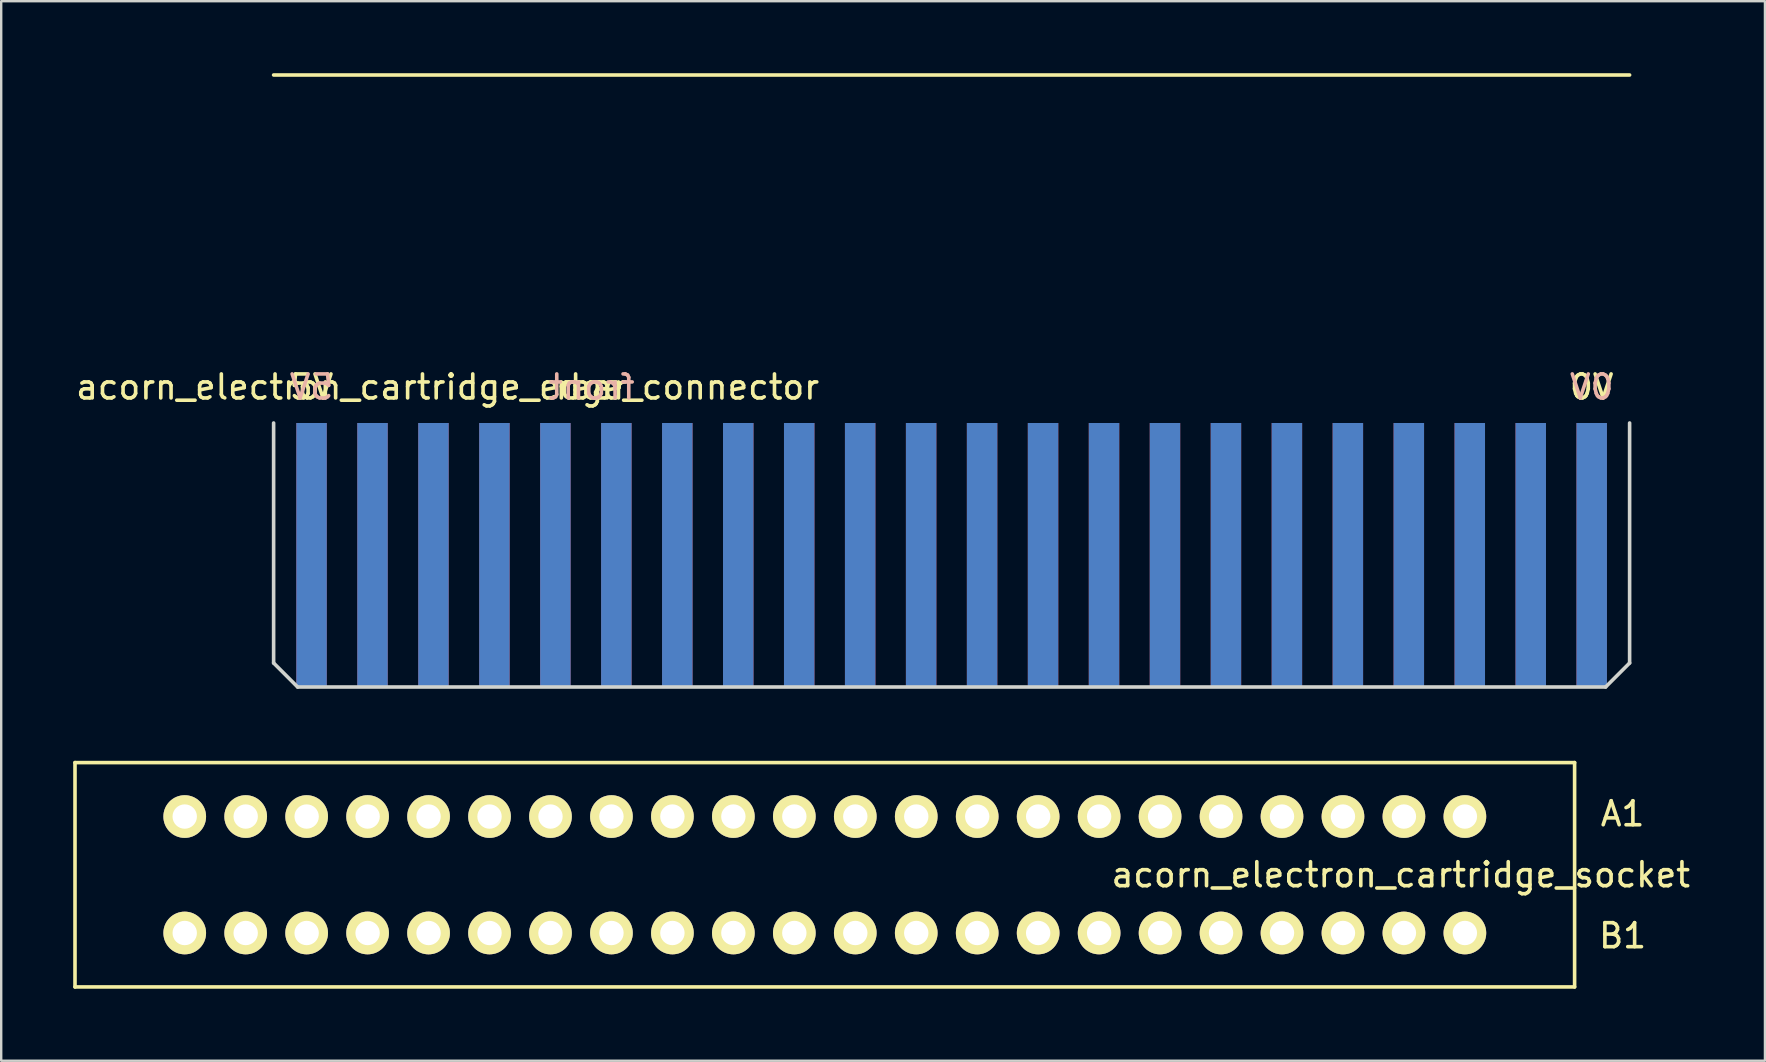
<source format=kicad_pcb>
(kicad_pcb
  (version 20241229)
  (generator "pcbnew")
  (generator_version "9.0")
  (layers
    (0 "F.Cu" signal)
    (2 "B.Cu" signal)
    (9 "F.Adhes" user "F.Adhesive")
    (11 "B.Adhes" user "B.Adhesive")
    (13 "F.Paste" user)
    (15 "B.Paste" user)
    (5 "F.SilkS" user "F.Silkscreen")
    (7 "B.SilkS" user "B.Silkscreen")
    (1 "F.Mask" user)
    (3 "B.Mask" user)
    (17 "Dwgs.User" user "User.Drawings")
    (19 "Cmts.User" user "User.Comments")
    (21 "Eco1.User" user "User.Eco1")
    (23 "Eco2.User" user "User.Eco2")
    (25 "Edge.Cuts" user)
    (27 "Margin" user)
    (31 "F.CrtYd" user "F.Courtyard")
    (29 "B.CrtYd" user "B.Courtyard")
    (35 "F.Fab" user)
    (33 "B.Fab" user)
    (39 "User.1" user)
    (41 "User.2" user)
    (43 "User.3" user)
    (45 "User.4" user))
  (footprint "acorn_electron_cartridge_edge_connector"
    (layer "F.Cu")
    (at 36.601 20.075)
    (property "Reference" "acorn_electron_cartridge_edge_connector" (at -21 -7 0) (layer "F.SilkS") (effects (font (size 1 1) (thickness 0.15))))
    (attr through_hole)
    (fp_line (start -28.25 -20) (end 28.25 -20) (stroke (width 0.15) (type solid)) (layer "F.SilkS"))
    (fp_line (start -28.25 -5.5) (end -28.25 4.5) (stroke (width 0.15) (type solid)) (layer "Edge.Cuts"))
    (fp_line (start -28.25 4.5) (end -27.25 5.5) (stroke (width 0.15) (type solid)) (layer "Edge.Cuts"))
    (fp_line (start -27.25 5.5) (end 27.25 5.5) (stroke (width 0.15) (type solid)) (layer "Edge.Cuts"))
    (fp_line (start 27.25 5.5) (end 28.25 4.5) (stroke (width 0.15) (type solid)) (layer "Edge.Cuts"))
    (fp_line (start 28.25 4.5) (end 28.25 -5.5) (stroke (width 0.15) (type solid)) (layer "Edge.Cuts"))
    (fp_text user "5V" (at -26.67 -7 0) (layer "F.SilkS") (effects (font (size 1 1) (thickness 0.15))))
    (fp_text user "0V" (at 26.67 -7 0) (layer "F.SilkS") (effects (font (size 1 1) (thickness 0.15))))
    (fp_text user "rear" (at -15 -7 0) (layer "F.SilkS") (effects (font (size 1 1) (thickness 0.15))))
    (fp_text user "0V" (at 26.67 -7 0) (layer "B.SilkS") (effects (font (size 1 1) (thickness 0.15)) (justify mirror)))
    (fp_text user "5V" (at -26.67 -7 0) (layer "B.SilkS") (effects (font (size 1 1) (thickness 0.15)) (justify mirror)))
    (fp_text user "front" (at -15 -7 0) (layer "B.SilkS") (effects (font (size 1 1) (thickness 0.15)) (justify mirror)))
    (pad "A1" smd rect (at -26.67 0) (size 1.27 11) (layers "F.Cu" "F.Mask"))
    (pad "A2" smd rect (at -24.13 0) (size 1.27 11) (layers "F.Cu" "F.Mask"))
    (pad "A3" smd rect (at -21.59 0) (size 1.27 11) (layers "F.Cu" "F.Mask"))
    (pad "A4" smd rect (at -19.05 0) (size 1.27 11) (layers "F.Cu" "F.Mask"))
    (pad "A5" smd rect (at -16.51 0) (size 1.27 11) (layers "F.Cu" "F.Mask"))
    (pad "A6" smd rect (at -13.97 0) (size 1.27 11) (layers "F.Cu" "F.Mask"))
    (pad "A7" smd rect (at -11.43 0) (size 1.27 11) (layers "F.Cu" "F.Mask"))
    (pad "A8" smd rect (at -8.89 0) (size 1.27 11) (layers "F.Cu" "F.Mask"))
    (pad "A9" smd rect (at -6.35 0) (size 1.27 11) (layers "F.Cu" "F.Mask"))
    (pad "A10" smd rect (at -3.81 0) (size 1.27 11) (layers "F.Cu" "F.Mask"))
    (pad "A11" smd rect (at -1.27 0) (size 1.27 11) (layers "F.Cu" "F.Mask"))
    (pad "A12" smd rect (at 1.27 0) (size 1.27 11) (layers "F.Cu" "F.Mask"))
    (pad "A13" smd rect (at 3.81 0) (size 1.27 11) (layers "F.Cu" "F.Mask"))
    (pad "A14" smd rect (at 6.35 0) (size 1.27 11) (layers "F.Cu" "F.Mask"))
    (pad "A15" smd rect (at 8.89 0) (size 1.27 11) (layers "F.Cu" "F.Mask"))
    (pad "A16" smd rect (at 11.43 0) (size 1.27 11) (layers "F.Cu" "F.Mask"))
    (pad "A17" smd rect (at 13.97 0) (size 1.27 11) (layers "F.Cu" "F.Mask"))
    (pad "A18" smd rect (at 16.51 0) (size 1.27 11) (layers "F.Cu" "F.Mask"))
    (pad "A19" smd rect (at 19.05 0) (size 1.27 11) (layers "F.Cu" "F.Mask"))
    (pad "A20" smd rect (at 21.59 0) (size 1.27 11) (layers "F.Cu" "F.Mask"))
    (pad "A21" smd rect (at 24.13 0) (size 1.27 11) (layers "F.Cu" "F.Mask"))
    (pad "A22" smd rect (at 26.67 0) (size 1.27 11) (layers "F.Cu" "F.Mask"))
    (pad "B1" smd rect (at -26.67 0) (size 1.27 11) (layers "B.Cu" "B.Mask"))
    (pad "B2" smd rect (at -24.13 0) (size 1.27 11) (layers "B.Cu" "B.Mask"))
    (pad "B3" smd rect (at -21.59 0) (size 1.27 11) (layers "B.Cu" "B.Mask"))
    (pad "B4" smd rect (at -19.05 0) (size 1.27 11) (layers "B.Cu" "B.Mask"))
    (pad "B5" smd rect (at -16.51 0) (size 1.27 11) (layers "B.Cu" "B.Mask"))
    (pad "B6" smd rect (at -13.97 0) (size 1.27 11) (layers "B.Cu" "B.Mask"))
    (pad "B7" smd rect (at -11.43 0) (size 1.27 11) (layers "B.Cu" "B.Mask"))
    (pad "B8" smd rect (at -8.89 0) (size 1.27 11) (layers "B.Cu" "B.Mask"))
    (pad "B9" smd rect (at -6.35 0) (size 1.27 11) (layers "B.Cu" "B.Mask"))
    (pad "B10" smd rect (at -3.81 0) (size 1.27 11) (layers "B.Cu" "B.Mask"))
    (pad "B11" smd rect (at -1.27 0) (size 1.27 11) (layers "B.Cu" "B.Mask"))
    (pad "B12" smd rect (at 1.27 0) (size 1.27 11) (layers "B.Cu" "B.Mask"))
    (pad "B13" smd rect (at 3.81 0) (size 1.27 11) (layers "B.Cu" "B.Mask"))
    (pad "B14" smd rect (at 6.35 0) (size 1.27 11) (layers "B.Cu" "B.Mask"))
    (pad "B15" smd rect (at 8.89 0) (size 1.27 11) (layers "B.Cu" "B.Mask"))
    (pad "B16" smd rect (at 11.43 0) (size 1.27 11) (layers "B.Cu" "B.Mask"))
    (pad "B17" smd rect (at 13.97 0) (size 1.27 11) (layers "B.Cu" "B.Mask"))
    (pad "B18" smd rect (at 16.51 0) (size 1.27 11) (layers "B.Cu" "B.Mask"))
    (pad "B19" smd rect (at 19.05 0) (size 1.27 11) (layers "B.Cu" "B.Mask"))
    (pad "B20" smd rect (at 21.59 0) (size 1.27 11) (layers "B.Cu" "B.Mask"))
    (pad "B21" smd rect (at 24.13 0) (size 1.27 11) (layers "B.Cu" "B.Mask"))
    (pad "B22" smd rect (at 26.67 0) (size 1.27 11) (layers "B.Cu" "B.Mask")))
  (footprint "acorn_electron_cartridge_socket"
    (layer "F.Cu")
    (at 31.317 33.399)
    (property "Reference" "acorn_electron_cartridge_socket" (at 24 0 0) (layer "F.SilkS") (effects (font (size 1 1) (thickness 0.15))))
    (attr through_hole)
    (fp_line (start -31.242 -4.674) (end -31.242 4.674) (stroke (width 0.15) (type solid)) (layer "F.SilkS"))
    (fp_line (start -31.242 4.674) (end 31.242 4.674) (stroke (width 0.15) (type solid)) (layer "F.SilkS"))
    (fp_line (start 31.242 -4.674) (end -31.242 -4.674) (stroke (width 0.15) (type solid)) (layer "F.SilkS"))
    (fp_line (start 31.242 4.674) (end 31.242 -4.674) (stroke (width 0.15) (type solid)) (layer "F.SilkS"))
    (fp_text user "B1" (at 33.242 2.54 0) (layer "F.SilkS") (effects (font (size 1 1) (thickness 0.15))))
    (fp_text user "A1" (at 33.242 -2.54 0) (layer "F.SilkS") (effects (font (size 1 1) (thickness 0.15))))
    (pad "A1" thru_hole circle (at 26.67 -2.426) (size 1.778 1.778) (drill 1.016) (layers "*.Cu" "*.Mask" "F.SilkS"))
    (pad "A2" thru_hole circle (at 24.13 -2.426) (size 1.778 1.778) (drill 1.016) (layers "*.Cu" "*.Mask" "F.SilkS"))
    (pad "A3" thru_hole circle (at 21.59 -2.426) (size 1.778 1.778) (drill 1.016) (layers "*.Cu" "*.Mask" "F.SilkS"))
    (pad "A4" thru_hole circle (at 19.05 -2.426) (size 1.778 1.778) (drill 1.016) (layers "*.Cu" "*.Mask" "F.SilkS"))
    (pad "A5" thru_hole circle (at 16.51 -2.426) (size 1.778 1.778) (drill 1.016) (layers "*.Cu" "*.Mask" "F.SilkS"))
    (pad "A6" thru_hole circle (at 13.97 -2.426) (size 1.778 1.778) (drill 1.016) (layers "*.Cu" "*.Mask" "F.SilkS"))
    (pad "A7" thru_hole circle (at 11.43 -2.426) (size 1.778 1.778) (drill 1.016) (layers "*.Cu" "*.Mask" "F.SilkS"))
    (pad "A8" thru_hole circle (at 8.89 -2.426) (size 1.778 1.778) (drill 1.016) (layers "*.Cu" "*.Mask" "F.SilkS"))
    (pad "A9" thru_hole circle (at 6.35 -2.426) (size 1.778 1.778) (drill 1.016) (layers "*.Cu" "*.Mask" "F.SilkS"))
    (pad "A10" thru_hole circle (at 3.81 -2.426) (size 1.778 1.778) (drill 1.016) (layers "*.Cu" "*.Mask" "F.SilkS"))
    (pad "A11" thru_hole circle (at 1.27 -2.426) (size 1.778 1.778) (drill 1.016) (layers "*.Cu" "*.Mask" "F.SilkS"))
    (pad "A12" thru_hole circle (at -1.27 -2.426) (size 1.778 1.778) (drill 1.016) (layers "*.Cu" "*.Mask" "F.SilkS"))
    (pad "A13" thru_hole circle (at -3.81 -2.426) (size 1.778 1.778) (drill 1.016) (layers "*.Cu" "*.Mask" "F.SilkS"))
    (pad "A14" thru_hole circle (at -6.35 -2.426) (size 1.778 1.778) (drill 1.016) (layers "*.Cu" "*.Mask" "F.SilkS"))
    (pad "A15" thru_hole circle (at -8.89 -2.426) (size 1.778 1.778) (drill 1.016) (layers "*.Cu" "*.Mask" "F.SilkS"))
    (pad "A16" thru_hole circle (at -11.43 -2.426) (size 1.778 1.778) (drill 1.016) (layers "*.Cu" "*.Mask" "F.SilkS"))
    (pad "A17" thru_hole circle (at -13.97 -2.426) (size 1.778 1.778) (drill 1.016) (layers "*.Cu" "*.Mask" "F.SilkS"))
    (pad "A18" thru_hole circle (at -16.51 -2.426) (size 1.778 1.778) (drill 1.016) (layers "*.Cu" "*.Mask" "F.SilkS"))
    (pad "A19" thru_hole circle (at -19.05 -2.426) (size 1.778 1.778) (drill 1.016) (layers "*.Cu" "*.Mask" "F.SilkS"))
    (pad "A20" thru_hole circle (at -21.59 -2.426) (size 1.778 1.778) (drill 1.016) (layers "*.Cu" "*.Mask" "F.SilkS"))
    (pad "A21" thru_hole circle (at -24.13 -2.426) (size 1.778 1.778) (drill 1.016) (layers "*.Cu" "*.Mask" "F.SilkS"))
    (pad "A22" thru_hole circle (at -26.67 -2.426) (size 1.778 1.778) (drill 1.016) (layers "*.Cu" "*.Mask" "F.SilkS"))
    (pad "B1" thru_hole circle (at 26.67 2.426) (size 1.778 1.778) (drill 1.016) (layers "*.Cu" "*.Mask" "F.SilkS"))
    (pad "B2" thru_hole circle (at 24.13 2.426) (size 1.778 1.778) (drill 1.016) (layers "*.Cu" "*.Mask" "F.SilkS"))
    (pad "B3" thru_hole circle (at 21.59 2.426) (size 1.778 1.778) (drill 1.016) (layers "*.Cu" "*.Mask" "F.SilkS"))
    (pad "B4" thru_hole circle (at 19.05 2.426) (size 1.778 1.778) (drill 1.016) (layers "*.Cu" "*.Mask" "F.SilkS"))
    (pad "B5" thru_hole circle (at 16.51 2.426) (size 1.778 1.778) (drill 1.016) (layers "*.Cu" "*.Mask" "F.SilkS"))
    (pad "B6" thru_hole circle (at 13.97 2.426) (size 1.778 1.778) (drill 1.016) (layers "*.Cu" "*.Mask" "F.SilkS"))
    (pad "B7" thru_hole circle (at 11.43 2.426) (size 1.778 1.778) (drill 1.016) (layers "*.Cu" "*.Mask" "F.SilkS"))
    (pad "B8" thru_hole circle (at 8.89 2.426) (size 1.778 1.778) (drill 1.016) (layers "*.Cu" "*.Mask" "F.SilkS"))
    (pad "B9" thru_hole circle (at 6.35 2.426) (size 1.778 1.778) (drill 1.016) (layers "*.Cu" "*.Mask" "F.SilkS"))
    (pad "B10" thru_hole circle (at 3.81 2.426) (size 1.778 1.778) (drill 1.016) (layers "*.Cu" "*.Mask" "F.SilkS"))
    (pad "B11" thru_hole circle (at 1.27 2.426) (size 1.778 1.778) (drill 1.016) (layers "*.Cu" "*.Mask" "F.SilkS"))
    (pad "B12" thru_hole circle (at -1.27 2.426) (size 1.778 1.778) (drill 1.016) (layers "*.Cu" "*.Mask" "F.SilkS"))
    (pad "B13" thru_hole circle (at -3.81 2.426) (size 1.778 1.778) (drill 1.016) (layers "*.Cu" "*.Mask" "F.SilkS"))
    (pad "B14" thru_hole circle (at -6.35 2.426) (size 1.778 1.778) (drill 1.016) (layers "*.Cu" "*.Mask" "F.SilkS"))
    (pad "B15" thru_hole circle (at -8.89 2.426) (size 1.778 1.778) (drill 1.016) (layers "*.Cu" "*.Mask" "F.SilkS"))
    (pad "B16" thru_hole circle (at -11.43 2.426) (size 1.778 1.778) (drill 1.016) (layers "*.Cu" "*.Mask" "F.SilkS"))
    (pad "B17" thru_hole circle (at -13.97 2.426) (size 1.778 1.778) (drill 1.016) (layers "*.Cu" "*.Mask" "F.SilkS"))
    (pad "B18" thru_hole circle (at -16.51 2.426) (size 1.778 1.778) (drill 1.016) (layers "*.Cu" "*.Mask" "F.SilkS"))
    (pad "B19" thru_hole circle (at -19.05 2.426) (size 1.778 1.778) (drill 1.016) (layers "*.Cu" "*.Mask" "F.SilkS"))
    (pad "B20" thru_hole circle (at -21.59 2.426) (size 1.778 1.778) (drill 1.016) (layers "*.Cu" "*.Mask" "F.SilkS"))
    (pad "B21" thru_hole circle (at -24.13 2.426) (size 1.778 1.778) (drill 1.016) (layers "*.Cu" "*.Mask" "F.SilkS"))
    (pad "B22" thru_hole circle (at -26.67 2.426) (size 1.778 1.778) (drill 1.016) (layers "*.Cu" "*.Mask" "F.SilkS")))
  (gr_rect
    (start -3 -3)
    (end 70.49 41.147)
    (stroke (width 0.1) (type default))
    (fill no)
    (layer "Edge.Cuts")))
</source>
